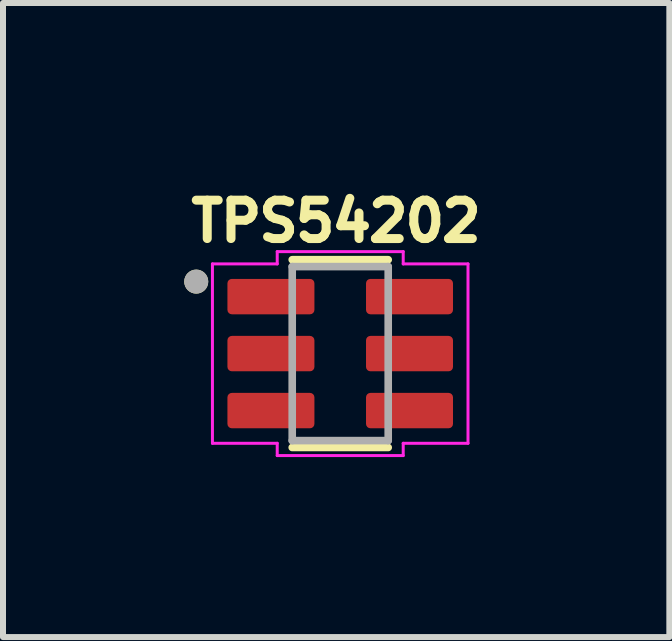
<source format=kicad_pcb>
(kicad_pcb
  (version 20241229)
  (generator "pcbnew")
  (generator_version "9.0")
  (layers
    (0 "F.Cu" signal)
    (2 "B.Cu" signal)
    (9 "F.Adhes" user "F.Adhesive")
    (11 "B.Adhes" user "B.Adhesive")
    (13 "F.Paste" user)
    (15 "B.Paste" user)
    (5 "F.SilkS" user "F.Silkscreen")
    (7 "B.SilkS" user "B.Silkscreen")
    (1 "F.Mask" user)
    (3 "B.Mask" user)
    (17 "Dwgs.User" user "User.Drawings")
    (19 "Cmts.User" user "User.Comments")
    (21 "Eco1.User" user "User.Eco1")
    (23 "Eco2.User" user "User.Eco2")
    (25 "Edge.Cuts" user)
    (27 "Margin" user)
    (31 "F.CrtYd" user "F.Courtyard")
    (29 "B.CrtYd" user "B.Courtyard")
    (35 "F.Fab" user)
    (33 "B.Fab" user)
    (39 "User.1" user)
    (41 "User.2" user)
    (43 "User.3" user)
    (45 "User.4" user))
  (footprint "TPS54202"
    (layer "F.Cu")
    (at 2.621 2.844)
    (property "Reference" "TPS54202" (at -0.068 -2.206 0) (layer "F.SilkS") (effects (font (size 0.64 0.64) (thickness 0.15))))
    (attr smd)
    (fp_line (start -0.8 -1.565) (end 0.8 -1.565) (stroke (width 0.127) (type solid)) (layer "F.SilkS"))
    (fp_line (start -0.8 1.565) (end 0.8 1.565) (stroke (width 0.127) (type solid)) (layer "F.SilkS"))
    (fp_circle (center -2.4 -1.2) (end -2.3 -1.2) (stroke (width 0.2) (type solid)) (fill no) (layer "F.SilkS"))
    (fp_line (start -2.13 -1.495) (end -2.13 1.495) (stroke (width 0.05) (type solid)) (layer "F.CrtYd"))
    (fp_line (start -2.13 1.495) (end -1.05 1.495) (stroke (width 0.05) (type solid)) (layer "F.CrtYd"))
    (fp_line (start -1.05 -1.7) (end -1.05 -1.495) (stroke (width 0.05) (type solid)) (layer "F.CrtYd"))
    (fp_line (start -1.05 -1.495) (end -2.13 -1.495) (stroke (width 0.05) (type solid)) (layer "F.CrtYd"))
    (fp_line (start -1.05 1.495) (end -1.05 1.7) (stroke (width 0.05) (type solid)) (layer "F.CrtYd"))
    (fp_line (start -1.05 1.7) (end 1.05 1.7) (stroke (width 0.05) (type solid)) (layer "F.CrtYd"))
    (fp_line (start 1.05 -1.7) (end -1.05 -1.7) (stroke (width 0.05) (type solid)) (layer "F.CrtYd"))
    (fp_line (start 1.05 -1.495) (end 1.05 -1.7) (stroke (width 0.05) (type solid)) (layer "F.CrtYd"))
    (fp_line (start 1.05 1.495) (end 2.13 1.495) (stroke (width 0.05) (type solid)) (layer "F.CrtYd"))
    (fp_line (start 1.05 1.7) (end 1.05 1.495) (stroke (width 0.05) (type solid)) (layer "F.CrtYd"))
    (fp_line (start 2.13 -1.495) (end 1.05 -1.495) (stroke (width 0.05) (type solid)) (layer "F.CrtYd"))
    (fp_line (start 2.13 1.495) (end 2.13 -1.495) (stroke (width 0.05) (type solid)) (layer "F.CrtYd"))
    (fp_line (start -0.8 -1.45) (end -0.8 1.45) (stroke (width 0.127) (type solid)) (layer "F.Fab"))
    (fp_line (start -0.8 1.45) (end 0.8 1.45) (stroke (width 0.127) (type solid)) (layer "F.Fab"))
    (fp_line (start 0.8 -1.45) (end -0.8 -1.45) (stroke (width 0.127) (type solid)) (layer "F.Fab"))
    (fp_line (start 0.8 1.45) (end 0.8 -1.45) (stroke (width 0.127) (type solid)) (layer "F.Fab"))
    (fp_circle (center -2.4 -1.2) (end -2.3 -1.2) (stroke (width 0.2) (type solid)) (fill no) (layer "F.Fab"))
    (pad "1" smd roundrect (at -1.155 -0.95) (size 1.45 0.59) (layers "F.Cu" "F.Mask" "F.Paste") (roundrect_rratio 0.125))
    (pad "2" smd roundrect (at -1.155 0) (size 1.45 0.59) (layers "F.Cu" "F.Mask" "F.Paste") (roundrect_rratio 0.125))
    (pad "3" smd roundrect (at -1.155 0.95) (size 1.45 0.59) (layers "F.Cu" "F.Mask" "F.Paste") (roundrect_rratio 0.125))
    (pad "4" smd roundrect (at 1.155 0.95) (size 1.45 0.59) (layers "F.Cu" "F.Mask" "F.Paste") (roundrect_rratio 0.125))
    (pad "5" smd roundrect (at 1.155 0) (size 1.45 0.59) (layers "F.Cu" "F.Mask" "F.Paste") (roundrect_rratio 0.125))
    (pad "6" smd roundrect (at 1.155 -0.95) (size 1.45 0.59) (layers "F.Cu" "F.Mask" "F.Paste") (roundrect_rratio 0.125)))
  (gr_rect
    (start -3 -3)
    (end 8.107 7.569)
    (stroke (width 0.1) (type default))
    (fill no)
    (layer "Edge.Cuts")))
</source>
